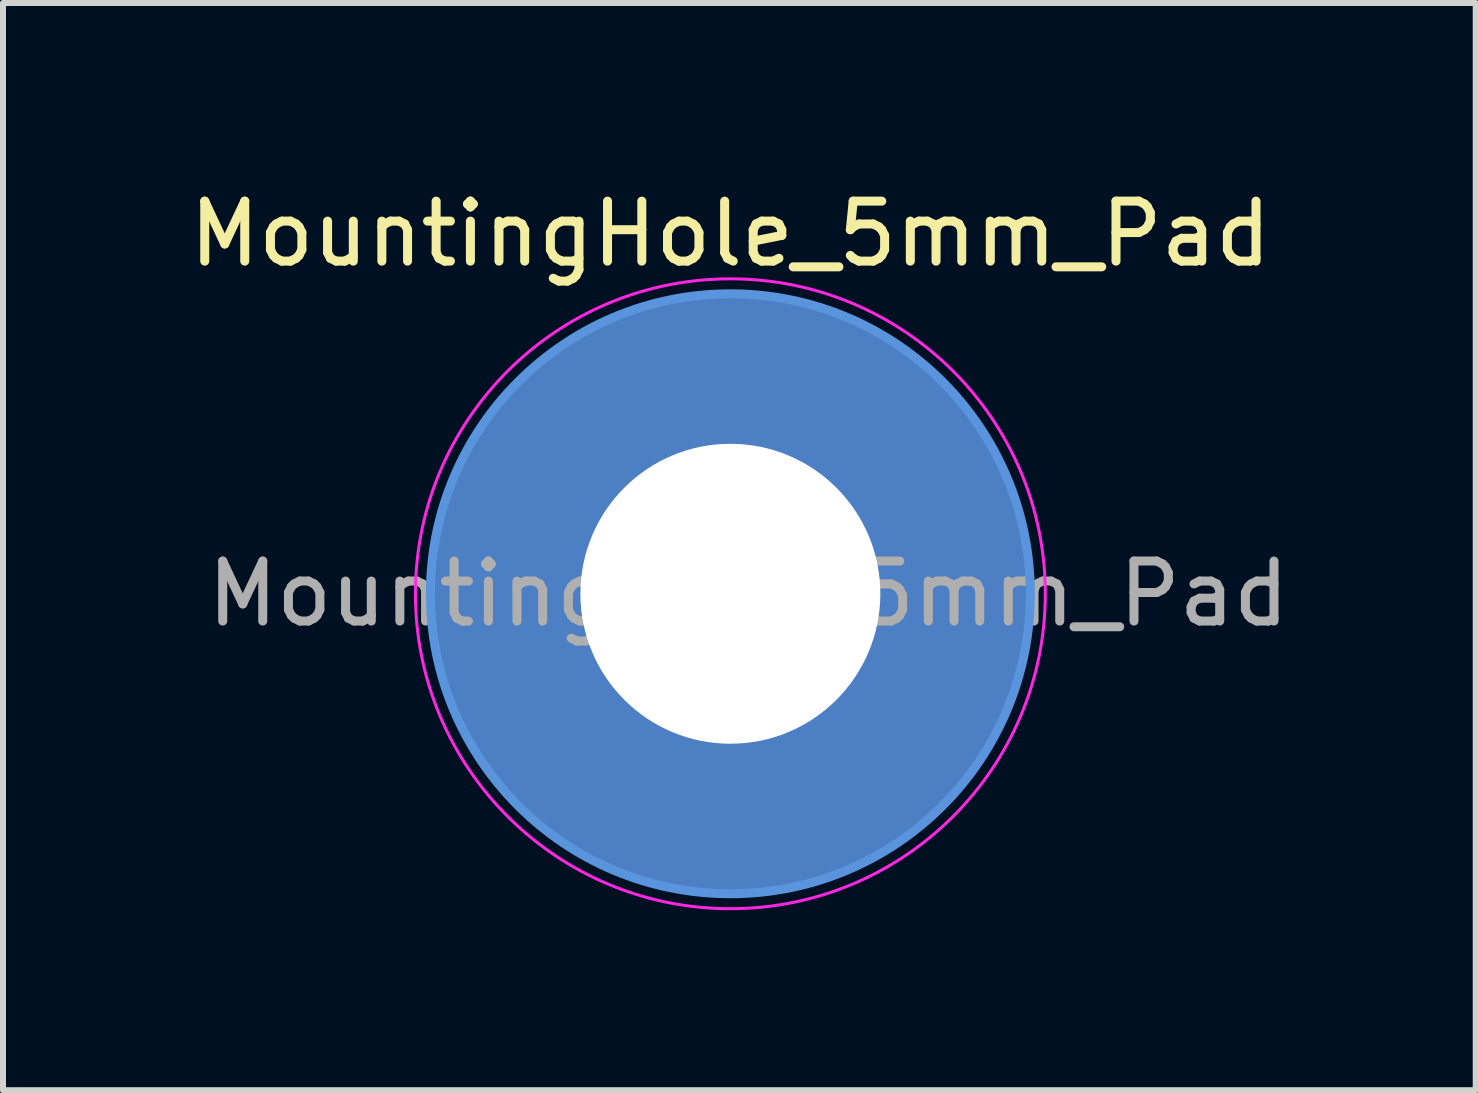
<source format=kicad_pcb>
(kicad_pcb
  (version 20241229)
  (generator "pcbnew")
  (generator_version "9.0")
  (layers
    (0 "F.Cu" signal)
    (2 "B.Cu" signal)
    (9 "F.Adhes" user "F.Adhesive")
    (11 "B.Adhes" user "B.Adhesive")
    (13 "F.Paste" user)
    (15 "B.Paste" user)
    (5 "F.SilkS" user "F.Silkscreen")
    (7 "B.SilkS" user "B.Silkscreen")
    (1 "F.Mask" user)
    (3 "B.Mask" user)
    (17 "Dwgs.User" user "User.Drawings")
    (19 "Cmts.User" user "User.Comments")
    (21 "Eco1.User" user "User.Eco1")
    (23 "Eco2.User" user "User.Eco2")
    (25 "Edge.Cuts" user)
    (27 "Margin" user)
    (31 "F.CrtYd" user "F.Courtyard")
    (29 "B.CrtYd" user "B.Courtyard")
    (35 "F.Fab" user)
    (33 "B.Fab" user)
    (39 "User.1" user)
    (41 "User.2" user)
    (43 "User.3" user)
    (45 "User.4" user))
  (footprint "MountingHole_5mm_Pad"
    (layer "F.Cu")
    (at 9.125 6.848)
    (property "Reference" "MountingHole_5mm_Pad" (at 0 -6 0) (layer "F.SilkS") (effects (font (size 1 1) (thickness 0.15))))
    (attr exclude_from_pos_files exclude_from_bom)
    (fp_circle (center 0 0) (end 5 0) (stroke (width 0.15) (type solid)) (fill no) (layer "Cmts.User"))
    (fp_circle (center 0 0) (end 5.25 0) (stroke (width 0.05) (type solid)) (fill no) (layer "F.CrtYd"))
    (fp_text user "${REFERENCE}" (at 0.3 0 0) (layer "F.Fab") (effects (font (size 1 1) (thickness 0.15))))
    (pad "1" thru_hole circle (at 0 0) (size 10 10) (drill 5) (layers "*.Cu" "*.Mask")))
  (gr_rect
    (start -3 -3)
    (end 21.55 15.123)
    (stroke (width 0.1) (type default))
    (fill no)
    (layer "Edge.Cuts")))
</source>
